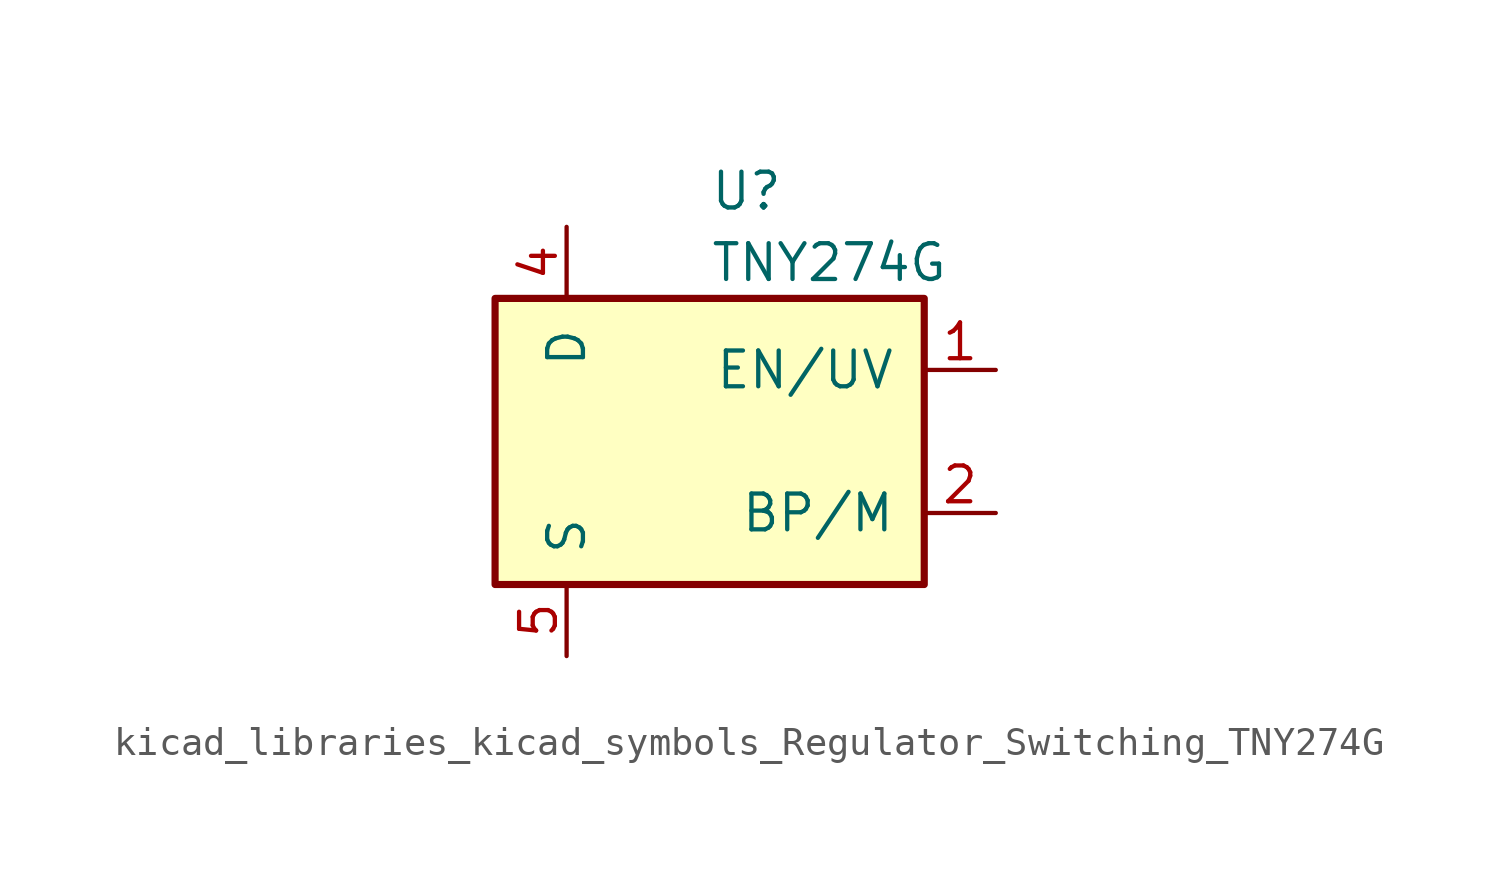
<source format=kicad_sym>
(kicad_symbol_lib
  (version 20220914)
  (generator kicad_symbol_editor)
  (symbol "kicad_libraries_kicad_symbols_Regulator_Switching_TNY274G"
    (pin_names
      (offset 1.016))
    (property "Reference" "U"
      (at 0 8.89 0)
      (effects (font (size 1.27 1.27)) (justify left)))
    (property "Value" "TNY274G"
      (at 0 6.35 0)
      (effects (font (size 1.27 1.27)) (justify left)))
    (symbol "kicad_libraries_kicad_symbols_Regulator_Switching_TNY274G_0_1"
      (rectangle (start -7.62 5.08) (end 7.62 -5.08) (stroke (width 0.254) (type default)) (fill (type background))))
    (symbol "kicad_libraries_kicad_symbols_Regulator_Switching_TNY274G_1_1"
      (pin input line (at 10.16 2.54 180) (length 2.54) (name "EN/UV" (effects (font (size 1.27 1.27)))) (number "1" (effects (font (size 1.27 1.27)))))
      (pin input line (at 10.16 -2.54 180) (length 2.54) (name "BP/M" (effects (font (size 1.27 1.27)))) (number "2" (effects (font (size 1.27 1.27)))))
      (pin open_collector line (at -5.08 7.62 270) (length 2.54) (name "D" (effects (font (size 1.27 1.27)))) (number "4" (effects (font (size 1.27 1.27)))))
      (pin power_in line (at -5.08 -7.62 90) (length 2.54) (name "S" (effects (font (size 1.27 1.27)))) (number "5" (effects (font (size 1.27 1.27)))))
      (pin passive line (at -5.08 -7.62 90) (length 2.54) hide (name "S" (effects (font (size 1.27 1.27)))) (number "6" (effects (font (size 1.27 1.27)))))
      (pin passive line (at -5.08 -7.62 90) (length 2.54) hide (name "S" (effects (font (size 1.27 1.27)))) (number "7" (effects (font (size 1.27 1.27)))))
      (pin passive line (at -5.08 -7.62 90) (length 2.54) hide (name "S" (effects (font (size 1.27 1.27)))) (number "8" (effects (font (size 1.27 1.27))))))))
</source>
